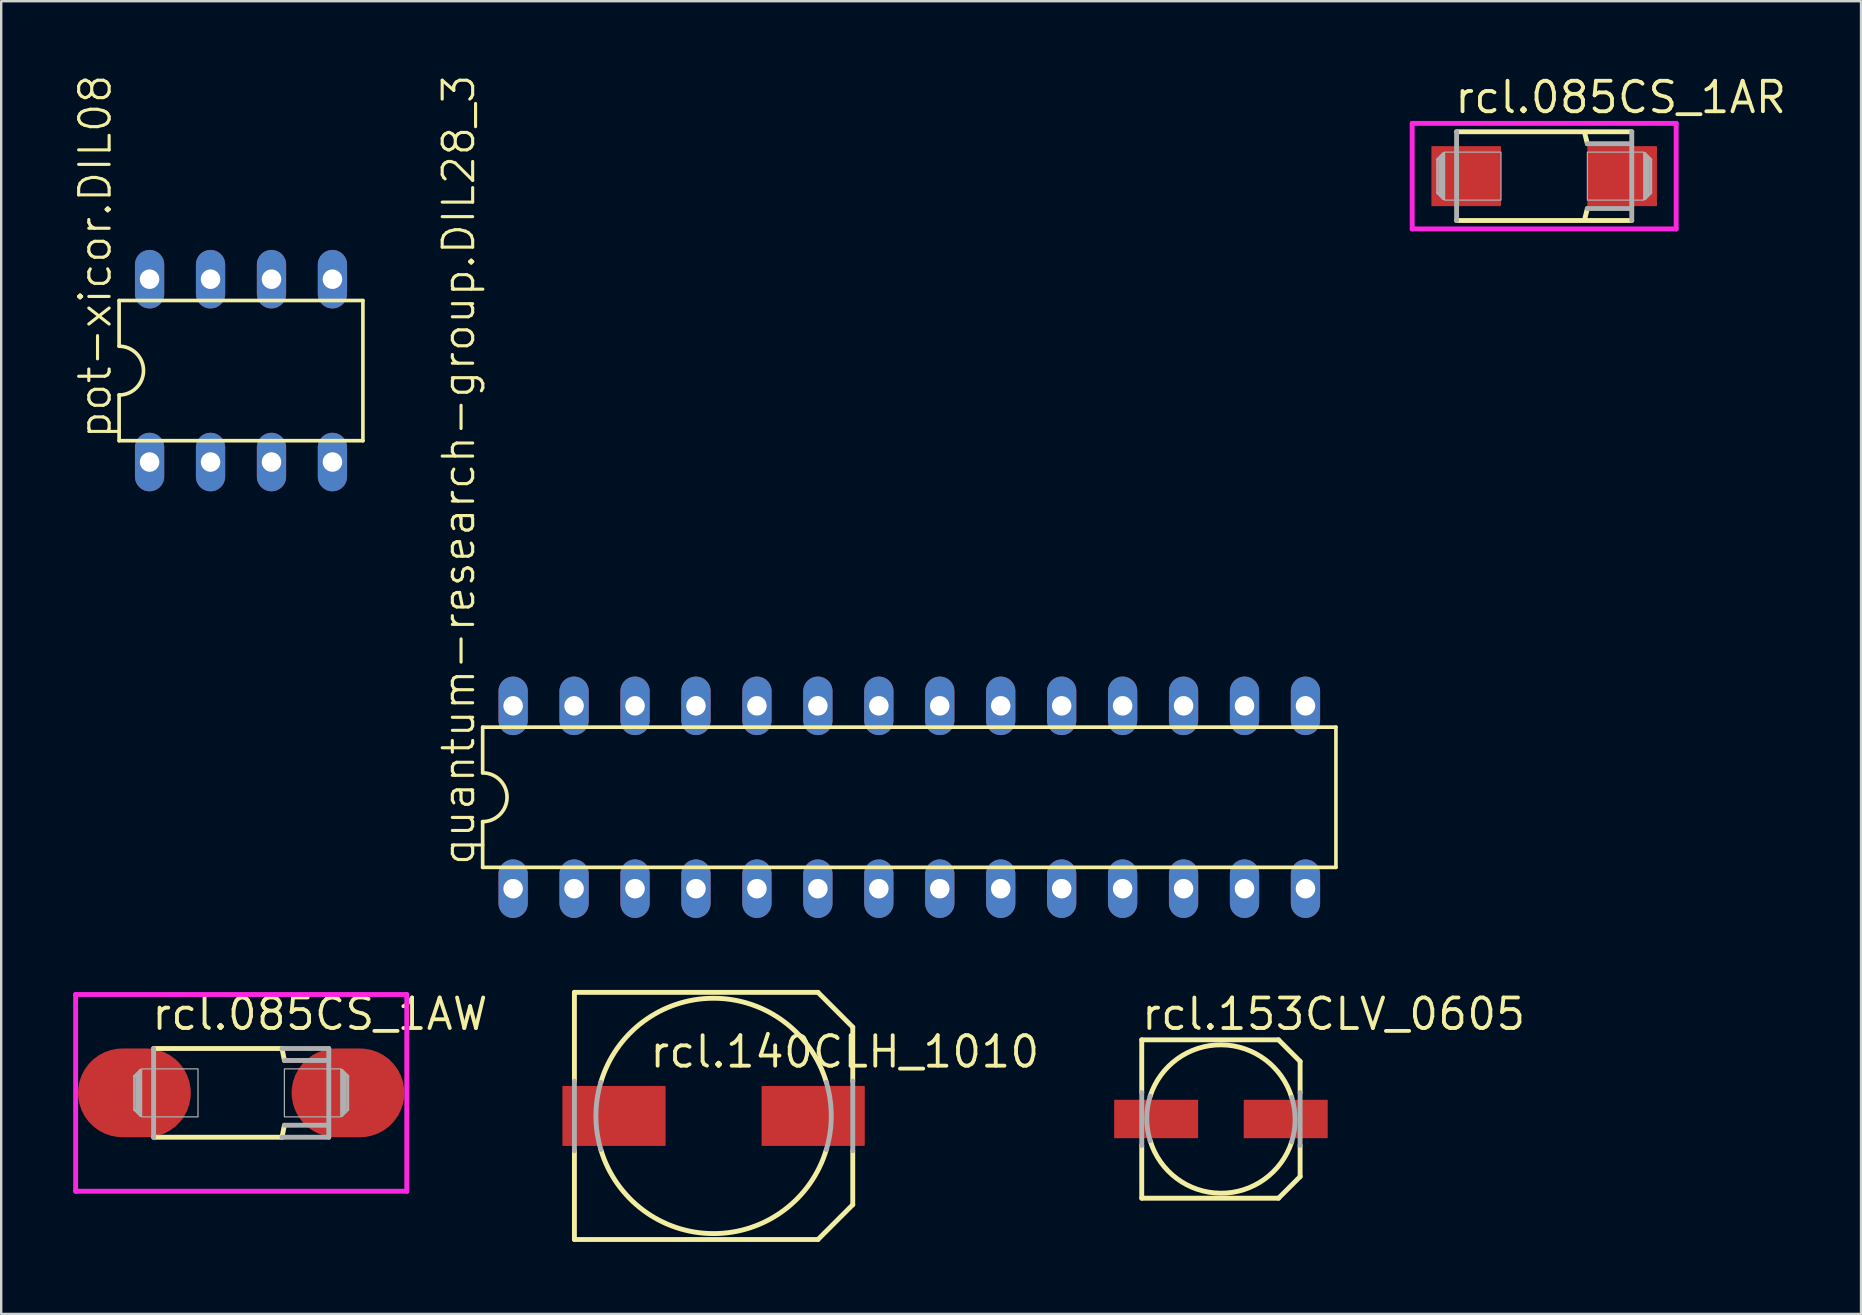
<source format=kicad_pcb>
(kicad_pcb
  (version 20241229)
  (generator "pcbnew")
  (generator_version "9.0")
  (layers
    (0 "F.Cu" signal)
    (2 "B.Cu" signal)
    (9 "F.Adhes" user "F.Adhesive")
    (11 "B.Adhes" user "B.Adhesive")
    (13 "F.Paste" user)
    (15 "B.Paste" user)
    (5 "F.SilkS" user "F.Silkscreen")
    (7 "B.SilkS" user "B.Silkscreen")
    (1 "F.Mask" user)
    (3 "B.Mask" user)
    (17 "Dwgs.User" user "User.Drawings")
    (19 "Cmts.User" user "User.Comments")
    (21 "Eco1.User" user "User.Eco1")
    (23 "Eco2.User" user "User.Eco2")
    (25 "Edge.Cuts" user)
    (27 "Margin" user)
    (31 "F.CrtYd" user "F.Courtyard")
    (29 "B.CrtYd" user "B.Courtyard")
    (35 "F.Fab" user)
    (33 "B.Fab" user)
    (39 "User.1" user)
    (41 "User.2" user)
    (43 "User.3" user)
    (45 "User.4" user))
  (footprint "rcl.085CS_1AR"
    (layer "F.Cu")
    (at 61.302 4.29)
    (property "Reference" "rcl.085CS_1AR" (at -3.81 -2.54 0) (layer "F.SilkS") (effects (font (size 1.27 1.27) (thickness 0.16)) (justify left bottom)))
    (attr smd)
    (fp_line (start -3.65 1.85) (end 3.65 1.85) (stroke (width 0.203) (type default)) (layer "F.SilkS"))
    (fp_line (start 1.8 -1.35) (end 1.7 -1.75) (stroke (width 0.203) (type default)) (layer "F.SilkS"))
    (fp_line (start 1.8 1.35) (end 1.7 1.75) (stroke (width 0.203) (type default)) (layer "F.SilkS"))
    (fp_line (start 3.65 -1.85) (end -3.65 -1.85) (stroke (width 0.203) (type default)) (layer "F.SilkS"))
    (fp_line (start -5.5 -2.2) (end -5.5 2.2) (stroke (width 0.203) (type default)) (layer "F.CrtYd"))
    (fp_line (start -5.5 -2.2) (end 5.5 -2.2) (stroke (width 0.203) (type default)) (layer "F.CrtYd"))
    (fp_line (start -5.5 2.2) (end 5.5 2.2) (stroke (width 0.203) (type default)) (layer "F.CrtYd"))
    (fp_line (start 5.5 -2.2) (end 5.5 2.2) (stroke (width 0.203) (type default)) (layer "F.CrtYd"))
    (fp_line (start -4.45 -0.7) (end -4.45 0.7) (stroke (width 0.102) (type default)) (layer "F.Fab"))
    (fp_line (start -4.45 0.7) (end -4.2 0.95) (stroke (width 0.102) (type default)) (layer "F.Fab"))
    (fp_line (start -4.3 -0.75) (end -4.3 0.75) (stroke (width 0.203) (type default)) (layer "F.Fab"))
    (fp_line (start -4.2 -0.95) (end -4.45 -0.7) (stroke (width 0.102) (type default)) (layer "F.Fab"))
    (fp_line (start -4.2 0.95) (end -4.2 -0.95) (stroke (width 0.102) (type default)) (layer "F.Fab"))
    (fp_line (start -3.65 -1.85) (end -3.65 1.85) (stroke (width 0.203) (type default)) (layer "F.Fab"))
    (fp_line (start 3.55 -1.35) (end 1.8 -1.35) (stroke (width 0.203) (type default)) (layer "F.Fab"))
    (fp_line (start 3.6 1.35) (end 1.8 1.35) (stroke (width 0.203) (type default)) (layer "F.Fab"))
    (fp_line (start 3.65 1.85) (end 3.65 -1.85) (stroke (width 0.203) (type default)) (layer "F.Fab"))
    (fp_line (start 4.2 -0.95) (end 4.2 0.95) (stroke (width 0.102) (type default)) (layer "F.Fab"))
    (fp_line (start 4.2 0.95) (end 4.45 0.7) (stroke (width 0.102) (type default)) (layer "F.Fab"))
    (fp_line (start 4.3 0.75) (end 4.3 -0.75) (stroke (width 0.203) (type default)) (layer "F.Fab"))
    (fp_line (start 4.45 -0.7) (end 4.2 -0.95) (stroke (width 0.102) (type default)) (layer "F.Fab"))
    (fp_line (start 4.45 0.7) (end 4.45 -0.7) (stroke (width 0.102) (type default)) (layer "F.Fab"))
    (fp_rect (start -4.15 1) (end -1.8 -1) (stroke (width 0.05) (type default)) (fill no) (layer "F.Fab"))
    (fp_rect (start 1.8 1) (end 4.15 -1) (stroke (width 0.05) (type default)) (fill no) (layer "F.Fab"))
    (pad "+" smd roundrect (at 3.25 0) (size 2.9 2.5) (layers "F.Cu" "F.Mask" "F.Paste") (roundrect_rratio 0.01))
    (pad "-" smd roundrect (at -3.25 0) (size 2.9 2.5) (layers "F.Cu" "F.Mask" "F.Paste") (roundrect_rratio 0.01)))
  (footprint "rcl.140CLH_1010"
    (layer "F.Cu")
    (at 26.688 43.455)
    (property "Reference" "rcl.140CLH_1010" (at -2.74 -1.93 0) (layer "F.SilkS") (effects (font (size 1.27 1.27) (thickness 0.16)) (justify left bottom)))
    (attr smd)
    (fp_line (start -5.8 -5.15) (end 4.35 -5.15) (stroke (width 0.203) (type default)) (layer "F.SilkS"))
    (fp_line (start -5.8 -1.45) (end -5.8 -5.15) (stroke (width 0.203) (type default)) (layer "F.SilkS"))
    (fp_line (start -5.8 5.15) (end -5.8 1.45) (stroke (width 0.203) (type default)) (layer "F.SilkS"))
    (fp_line (start 4.35 5.15) (end -5.8 5.15) (stroke (width 0.203) (type default)) (layer "F.SilkS"))
    (fp_line (start 5.8 -3.7) (end 4.35 -5.15) (stroke (width 0.203) (type default)) (layer "F.SilkS"))
    (fp_line (start 5.8 -3.7) (end 5.8 -1.45) (stroke (width 0.203) (type default)) (layer "F.SilkS"))
    (fp_line (start 5.8 1.45) (end 5.8 3.7) (stroke (width 0.203) (type default)) (layer "F.SilkS"))
    (fp_line (start 5.8 3.7) (end 4.35 5.15) (stroke (width 0.203) (type default)) (layer "F.SilkS"))
    (fp_arc (start -4.7 -1.4) (mid 0 -4.90408) (end 4.7 -1.4) (stroke (width 0.2032) (type default)) (layer "F.SilkS"))
    (fp_arc (start 4.7 1.4) (mid 0 4.90408) (end -4.7 1.4) (stroke (width 0.2032) (type default)) (layer "F.SilkS"))
    (fp_line (start -5.8 1.45) (end -5.8 -1.45) (stroke (width 0.203) (type default)) (layer "F.Fab"))
    (fp_line (start 5.8 -1.45) (end 5.8 1.45) (stroke (width 0.203) (type default)) (layer "F.Fab"))
    (fp_arc (start -4.7 1.4) (mid -4.90408 0) (end -4.7 -1.4) (stroke (width 0.2032) (type default)) (layer "F.Fab"))
    (fp_arc (start 4.7 -1.4) (mid 4.90408 0) (end 4.7 1.4) (stroke (width 0.2032) (type default)) (layer "F.Fab"))
    (pad "+" smd roundrect (at 4.15 0) (size 4.3 2.5) (layers "F.Cu" "F.Mask" "F.Paste") (roundrect_rratio 0.01))
    (pad "-" smd roundrect (at -4.15 0) (size 4.3 2.5) (layers "F.Cu" "F.Mask" "F.Paste") (roundrect_rratio 0.01)))
  (footprint "rcl.153CLV_0605"
    (layer "F.Cu")
    (at 47.831 43.584)
    (property "Reference" "rcl.153CLV_0605" (at -3.39 -3.63 0) (layer "F.SilkS") (effects (font (size 1.27 1.27) (thickness 0.16)) (justify left bottom)))
    (attr smd)
    (fp_line (start -3.3 -3.3) (end 2.4 -3.3) (stroke (width 0.203) (type default)) (layer "F.SilkS"))
    (fp_line (start -3.3 -1.1) (end -3.3 -3.3) (stroke (width 0.203) (type default)) (layer "F.SilkS"))
    (fp_line (start -3.3 3.3) (end -3.3 1.1) (stroke (width 0.203) (type default)) (layer "F.SilkS"))
    (fp_line (start 2.4 -3.3) (end 3.3 -2.4) (stroke (width 0.203) (type default)) (layer "F.SilkS"))
    (fp_line (start 2.4 3.3) (end -3.3 3.3) (stroke (width 0.203) (type default)) (layer "F.SilkS"))
    (fp_line (start 3.3 -2.4) (end 3.3 -1.1) (stroke (width 0.203) (type default)) (layer "F.SilkS"))
    (fp_line (start 3.3 1.1) (end 3.3 2.4) (stroke (width 0.203) (type default)) (layer "F.SilkS"))
    (fp_line (start 3.3 2.4) (end 2.4 3.3) (stroke (width 0.203) (type default)) (layer "F.SilkS"))
    (fp_arc (start -2.95 -0.95) (mid 0.018361 -3.091622) (end 2.95 -0.9) (stroke (width 0.2032) (type default)) (layer "F.SilkS"))
    (fp_arc (start 2.95 0.95) (mid -0.018361 3.091622) (end -2.95 0.9) (stroke (width 0.2032) (type default)) (layer "F.SilkS"))
    (fp_line (start -3.3 1.1) (end -3.3 -1.1) (stroke (width 0.203) (type default)) (layer "F.Fab"))
    (fp_line (start 3.3 -1.1) (end 3.3 1.1) (stroke (width 0.203) (type default)) (layer "F.Fab"))
    (fp_arc (start -2.95 0.9) (mid -3.091622 -0.025) (end -2.95 -0.95) (stroke (width 0.2032) (type default)) (layer "F.Fab"))
    (fp_arc (start 2.95 -0.9) (mid 3.091622 0.025) (end 2.95 0.95) (stroke (width 0.2032) (type default)) (layer "F.Fab"))
    (pad "+" smd roundrect (at 2.7 0) (size 3.5 1.6) (layers "F.Cu" "F.Mask" "F.Paste") (roundrect_rratio 0.01))
    (pad "-" smd roundrect (at -2.7 0) (size 3.5 1.6) (layers "F.Cu" "F.Mask" "F.Paste") (roundrect_rratio 0.01)))
  (footprint "pot-xicor.DIL08"
    (layer "F.Cu")
    (at 6.994 12.395)
    (property "Reference" "pot-xicor.DIL08" (at -5.334 2.921 90) (layer "F.SilkS") (effects (font (size 1.27 1.27) (thickness 0.13)) (justify left bottom)))
    (attr through_hole)
    (fp_line (start -5.08 -2.921) (end -5.08 -1.016) (stroke (width 0.152) (type default)) (layer "F.SilkS"))
    (fp_line (start -5.08 2.921) (end -5.08 1.016) (stroke (width 0.152) (type default)) (layer "F.SilkS"))
    (fp_line (start -5.08 2.921) (end 5.08 2.921) (stroke (width 0.152) (type default)) (layer "F.SilkS"))
    (fp_line (start 5.08 -2.921) (end -5.08 -2.921) (stroke (width 0.152) (type default)) (layer "F.SilkS"))
    (fp_line (start 5.08 -2.921) (end 5.08 2.921) (stroke (width 0.152) (type default)) (layer "F.SilkS"))
    (fp_arc (start -5.08 -1.016) (mid -4.064 0) (end -5.08 1.016) (stroke (width 0.1524) (type default)) (layer "F.SilkS"))
    (pad "1" thru_hole oval (at -3.81 3.81 90) (size 2.438 1.219) (drill 0.813) (layers "*.Cu" "*.Mask"))
    (pad "2" thru_hole oval (at -1.27 3.81 90) (size 2.438 1.219) (drill 0.813) (layers "*.Cu" "*.Mask"))
    (pad "3" thru_hole oval (at 1.27 3.81 90) (size 2.438 1.219) (drill 0.813) (layers "*.Cu" "*.Mask"))
    (pad "4" thru_hole oval (at 3.81 3.81 90) (size 2.438 1.219) (drill 0.813) (layers "*.Cu" "*.Mask"))
    (pad "5" thru_hole oval (at 3.81 -3.81 90) (size 2.438 1.219) (drill 0.813) (layers "*.Cu" "*.Mask"))
    (pad "6" thru_hole oval (at 1.27 -3.81 90) (size 2.438 1.219) (drill 0.813) (layers "*.Cu" "*.Mask"))
    (pad "7" thru_hole oval (at -1.27 -3.81 90) (size 2.438 1.219) (drill 0.813) (layers "*.Cu" "*.Mask"))
    (pad "8" thru_hole oval (at -3.81 -3.81 90) (size 2.438 1.219) (drill 0.813) (layers "*.Cu" "*.Mask")))
  (footprint "quantum-research-group.DIL28_3"
    (layer "F.Cu")
    (at 34.844 30.175)
    (property "Reference" "quantum-research-group.DIL28_3" (at -18.034 2.921 90) (layer "F.SilkS") (effects (font (size 1.27 1.27) (thickness 0.13)) (justify left bottom)))
    (attr through_hole)
    (fp_line (start -17.78 -2.921) (end -17.78 -1.016) (stroke (width 0.152) (type default)) (layer "F.SilkS"))
    (fp_line (start -17.78 2.921) (end -17.78 1.016) (stroke (width 0.152) (type default)) (layer "F.SilkS"))
    (fp_line (start -17.78 2.921) (end 17.78 2.921) (stroke (width 0.152) (type default)) (layer "F.SilkS"))
    (fp_line (start 17.78 -2.921) (end -17.78 -2.921) (stroke (width 0.152) (type default)) (layer "F.SilkS"))
    (fp_line (start 17.78 -2.921) (end 17.78 2.921) (stroke (width 0.152) (type default)) (layer "F.SilkS"))
    (fp_arc (start -17.78 -1.016) (mid -16.764 0) (end -17.78 1.016) (stroke (width 0.1524) (type default)) (layer "F.SilkS"))
    (pad "1" thru_hole oval (at -16.51 3.81 90) (size 2.438 1.219) (drill 0.813) (layers "*.Cu" "*.Mask"))
    (pad "2" thru_hole oval (at -13.97 3.81 90) (size 2.438 1.219) (drill 0.813) (layers "*.Cu" "*.Mask"))
    (pad "3" thru_hole oval (at -11.43 3.81 90) (size 2.438 1.219) (drill 0.813) (layers "*.Cu" "*.Mask"))
    (pad "4" thru_hole oval (at -8.89 3.81 90) (size 2.438 1.219) (drill 0.813) (layers "*.Cu" "*.Mask"))
    (pad "5" thru_hole oval (at -6.35 3.81 90) (size 2.438 1.219) (drill 0.813) (layers "*.Cu" "*.Mask"))
    (pad "6" thru_hole oval (at -3.81 3.81 90) (size 2.438 1.219) (drill 0.813) (layers "*.Cu" "*.Mask"))
    (pad "7" thru_hole oval (at -1.27 3.81 90) (size 2.438 1.219) (drill 0.813) (layers "*.Cu" "*.Mask"))
    (pad "8" thru_hole oval (at 1.27 3.81 90) (size 2.438 1.219) (drill 0.813) (layers "*.Cu" "*.Mask"))
    (pad "9" thru_hole oval (at 3.81 3.81 90) (size 2.438 1.219) (drill 0.813) (layers "*.Cu" "*.Mask"))
    (pad "10" thru_hole oval (at 6.35 3.81 90) (size 2.438 1.219) (drill 0.813) (layers "*.Cu" "*.Mask"))
    (pad "11" thru_hole oval (at 8.89 3.81 90) (size 2.438 1.219) (drill 0.813) (layers "*.Cu" "*.Mask"))
    (pad "12" thru_hole oval (at 11.43 3.81 90) (size 2.438 1.219) (drill 0.813) (layers "*.Cu" "*.Mask"))
    (pad "13" thru_hole oval (at 13.97 3.81 90) (size 2.438 1.219) (drill 0.813) (layers "*.Cu" "*.Mask"))
    (pad "14" thru_hole oval (at 16.51 3.81 90) (size 2.438 1.219) (drill 0.813) (layers "*.Cu" "*.Mask"))
    (pad "15" thru_hole oval (at 16.51 -3.81 90) (size 2.438 1.219) (drill 0.813) (layers "*.Cu" "*.Mask"))
    (pad "16" thru_hole oval (at 13.97 -3.81 90) (size 2.438 1.219) (drill 0.813) (layers "*.Cu" "*.Mask"))
    (pad "17" thru_hole oval (at 11.43 -3.81 90) (size 2.438 1.219) (drill 0.813) (layers "*.Cu" "*.Mask"))
    (pad "18" thru_hole oval (at 8.89 -3.81 90) (size 2.438 1.219) (drill 0.813) (layers "*.Cu" "*.Mask"))
    (pad "19" thru_hole oval (at 6.35 -3.81 90) (size 2.438 1.219) (drill 0.813) (layers "*.Cu" "*.Mask"))
    (pad "20" thru_hole oval (at 3.81 -3.81 90) (size 2.438 1.219) (drill 0.813) (layers "*.Cu" "*.Mask"))
    (pad "21" thru_hole oval (at 1.27 -3.81 90) (size 2.438 1.219) (drill 0.813) (layers "*.Cu" "*.Mask"))
    (pad "22" thru_hole oval (at -1.27 -3.81 90) (size 2.438 1.219) (drill 0.813) (layers "*.Cu" "*.Mask"))
    (pad "23" thru_hole oval (at -3.81 -3.81 90) (size 2.438 1.219) (drill 0.813) (layers "*.Cu" "*.Mask"))
    (pad "24" thru_hole oval (at -6.35 -3.81 90) (size 2.438 1.219) (drill 0.813) (layers "*.Cu" "*.Mask"))
    (pad "25" thru_hole oval (at -8.89 -3.81 90) (size 2.438 1.219) (drill 0.813) (layers "*.Cu" "*.Mask"))
    (pad "26" thru_hole oval (at -11.43 -3.81 90) (size 2.438 1.219) (drill 0.813) (layers "*.Cu" "*.Mask"))
    (pad "27" thru_hole oval (at -13.97 -3.81 90) (size 2.438 1.219) (drill 0.813) (layers "*.Cu" "*.Mask"))
    (pad "28" thru_hole oval (at -16.51 -3.81 90) (size 2.438 1.219) (drill 0.813) (layers "*.Cu" "*.Mask")))
  (footprint "rcl.085CS_1AW"
    (layer "F.Cu")
    (at 7.002 42.494)
    (property "Reference" "rcl.085CS_1AW" (at -3.81 -2.54 0) (layer "F.SilkS") (effects (font (size 1.27 1.27) (thickness 0.16)) (justify left bottom)))
    (attr smd)
    (fp_line (start -3.65 1.85) (end 1.7 1.85) (stroke (width 0.203) (type default)) (layer "F.SilkS"))
    (fp_line (start 1.7 -1.85) (end -3.65 -1.85) (stroke (width 0.203) (type default)) (layer "F.SilkS"))
    (fp_line (start 1.8 -1.35) (end 1.7 -1.85) (stroke (width 0.203) (type default)) (layer "F.SilkS"))
    (fp_line (start 1.8 1.35) (end 1.7 1.85) (stroke (width 0.203) (type default)) (layer "F.SilkS"))
    (fp_line (start -6.9 -4.1) (end -6.9 4.1) (stroke (width 0.203) (type default)) (layer "F.CrtYd"))
    (fp_line (start -6.9 -4.1) (end 6.9 -4.1) (stroke (width 0.203) (type default)) (layer "F.CrtYd"))
    (fp_line (start -6.9 4.1) (end 6.9 4.1) (stroke (width 0.203) (type default)) (layer "F.CrtYd"))
    (fp_line (start 6.9 -4.1) (end 6.9 4.1) (stroke (width 0.203) (type default)) (layer "F.CrtYd"))
    (fp_line (start -4.45 -0.7) (end -4.45 0.7) (stroke (width 0.102) (type default)) (layer "F.Fab"))
    (fp_line (start -4.45 0.7) (end -4.2 0.95) (stroke (width 0.102) (type default)) (layer "F.Fab"))
    (fp_line (start -4.3 -0.75) (end -4.3 0.75) (stroke (width 0.203) (type default)) (layer "F.Fab"))
    (fp_line (start -4.2 -0.95) (end -4.45 -0.7) (stroke (width 0.102) (type default)) (layer "F.Fab"))
    (fp_line (start -4.2 0.95) (end -4.2 -0.95) (stroke (width 0.102) (type default)) (layer "F.Fab"))
    (fp_line (start -3.65 -1.85) (end -3.65 1.85) (stroke (width 0.203) (type default)) (layer "F.Fab"))
    (fp_line (start 1.7 1.85) (end 3.65 1.85) (stroke (width 0.203) (type default)) (layer "F.Fab"))
    (fp_line (start 3.55 -1.35) (end 1.8 -1.35) (stroke (width 0.203) (type default)) (layer "F.Fab"))
    (fp_line (start 3.6 1.35) (end 1.8 1.35) (stroke (width 0.203) (type default)) (layer "F.Fab"))
    (fp_line (start 3.65 -1.85) (end 1.7 -1.85) (stroke (width 0.203) (type default)) (layer "F.Fab"))
    (fp_line (start 3.65 1.85) (end 3.65 -1.85) (stroke (width 0.203) (type default)) (layer "F.Fab"))
    (fp_line (start 4.2 -0.95) (end 4.2 0.95) (stroke (width 0.102) (type default)) (layer "F.Fab"))
    (fp_line (start 4.2 0.95) (end 4.45 0.7) (stroke (width 0.102) (type default)) (layer "F.Fab"))
    (fp_line (start 4.3 0.75) (end 4.3 -0.75) (stroke (width 0.203) (type default)) (layer "F.Fab"))
    (fp_line (start 4.45 -0.7) (end 4.2 -0.95) (stroke (width 0.102) (type default)) (layer "F.Fab"))
    (fp_line (start 4.45 0.7) (end 4.45 -0.7) (stroke (width 0.102) (type default)) (layer "F.Fab"))
    (fp_rect (start -4.15 1) (end -1.8 -1) (stroke (width 0.05) (type default)) (fill no) (layer "F.Fab"))
    (fp_rect (start 1.8 1) (end 4.15 -1) (stroke (width 0.05) (type default)) (fill no) (layer "F.Fab"))
    (pad "+" smd roundrect (at 4.45 0) (size 4.7 3.7) (layers "F.Cu" "F.Mask" "F.Paste") (roundrect_rratio 0.5))
    (pad "-" smd roundrect (at -4.45 0) (size 4.7 3.7) (layers "F.Cu" "F.Mask" "F.Paste") (roundrect_rratio 0.5)))
  (gr_rect
    (start -3 -3)
    (end 74.507 51.707)
    (stroke (width 0.1) (type default))
    (fill no)
    (layer "Edge.Cuts")))
</source>
